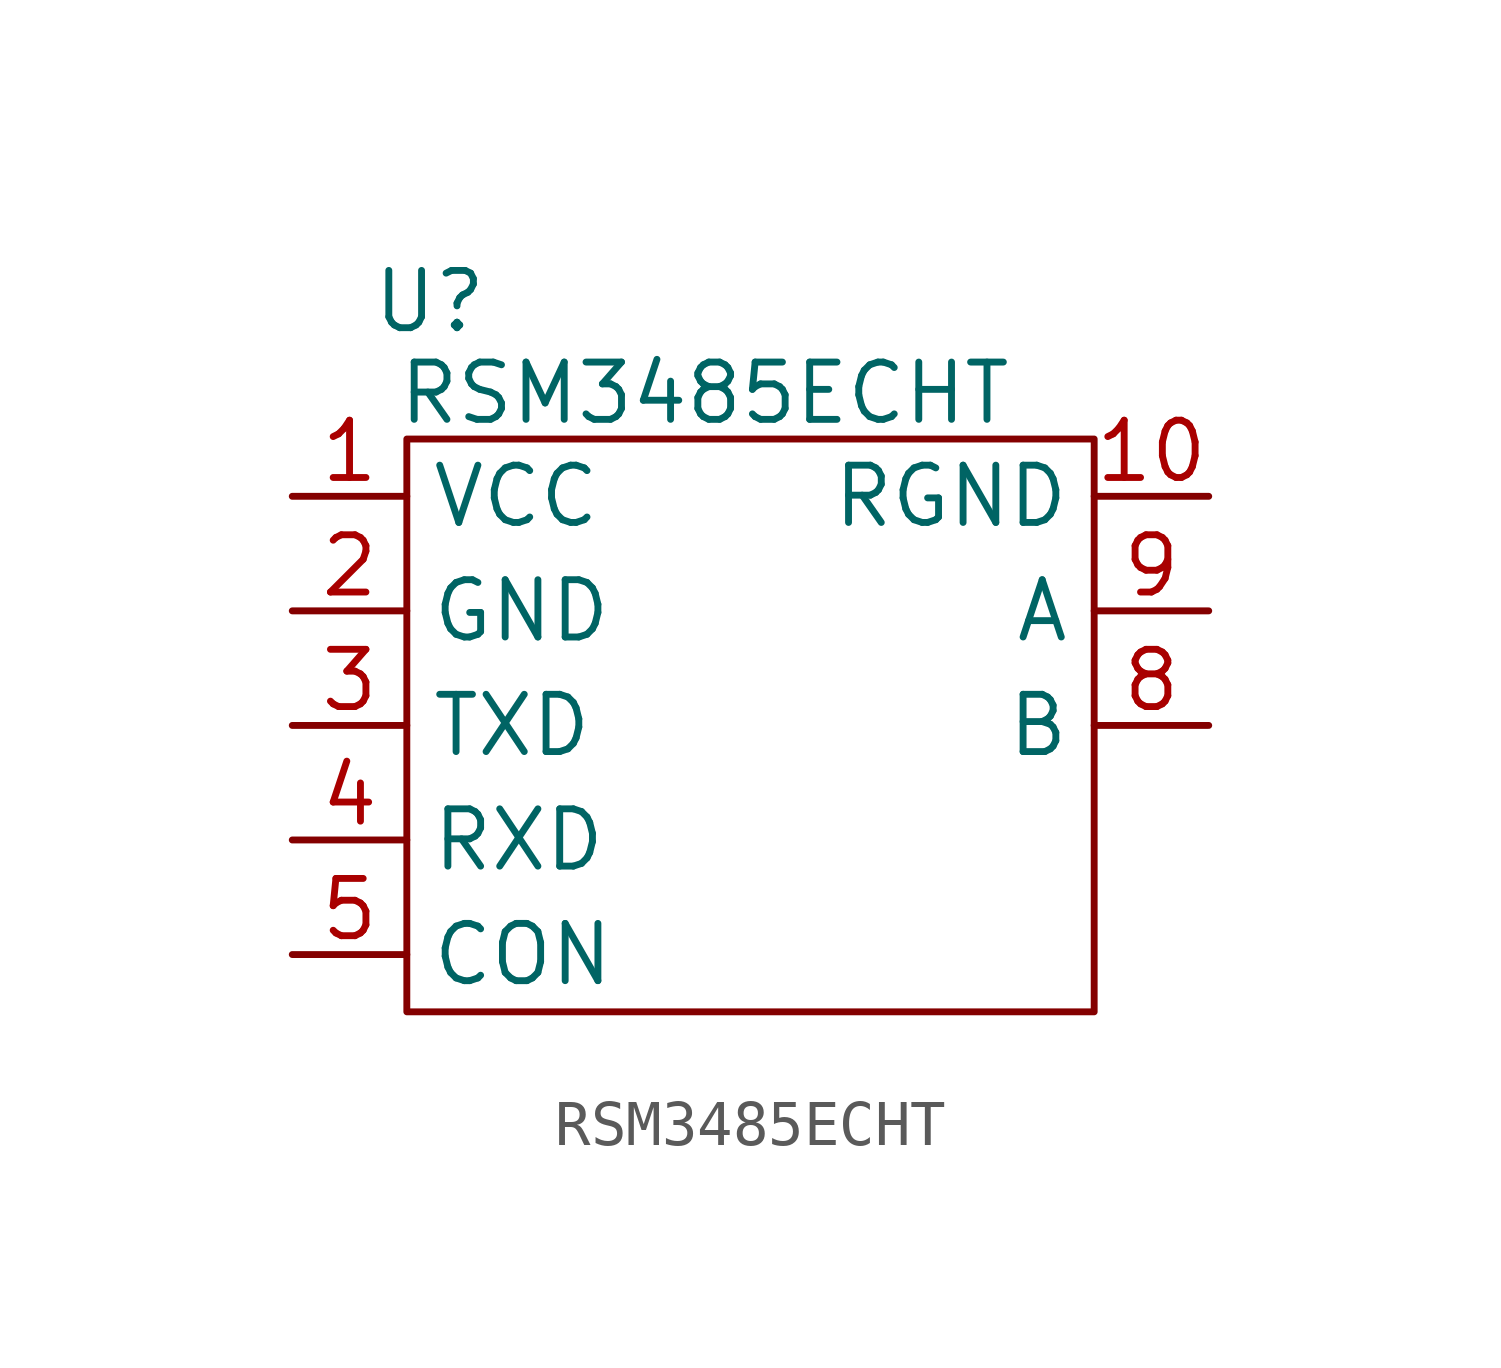
<source format=kicad_sym>
(kicad_symbol_lib
  (version 20241209)
  (generator "kicad_symbol_editor")
  (generator_version "9.0")
  (symbol "RSM3485ECHT"
    (property "Reference" "U"
      (at -7.112 9.398 0)
      (effects (font (size 1.27 1.27))))
    (property "Value" "RSM3485ECHT"
      (at -1.016 7.366 0)
      (effects (font (size 1.27 1.27))))
    (symbol "RSM3485ECHT_0_1"
      (rectangle (start -7.62 6.35) (end 7.62 -6.35) (stroke (width 0) (type default)) (fill (type none))))
    (symbol "RSM3485ECHT_1_1"
      (pin power_in line (at -10.16 5.08 0) (length 2.54) (name "VCC" (effects (font (size 1.27 1.27)))) (number "1" (effects (font (size 1.27 1.27)))))
      (pin power_in line (at -10.16 2.54 0) (length 2.54) (name "GND" (effects (font (size 1.27 1.27)))) (number "2" (effects (font (size 1.27 1.27)))))
      (pin output line (at -10.16 0 0) (length 2.54) (name "TXD" (effects (font (size 1.27 1.27)))) (number "3" (effects (font (size 1.27 1.27)))))
      (pin input line (at -10.16 -2.54 0) (length 2.54) (name "RXD" (effects (font (size 1.27 1.27)))) (number "4" (effects (font (size 1.27 1.27)))))
      (pin input line (at -10.16 -5.08 0) (length 2.54) (name "CON" (effects (font (size 1.27 1.27)))) (number "5" (effects (font (size 1.27 1.27)))))
      (pin input line (at 10.16 5.08 180) (length 2.54) (name "RGND" (effects (font (size 1.27 1.27)))) (number "10" (effects (font (size 1.27 1.27)))))
      (pin input line (at 10.16 2.54 180) (length 2.54) (name "A" (effects (font (size 1.27 1.27)))) (number "9" (effects (font (size 1.27 1.27)))))
      (pin input line (at 10.16 0 180) (length 2.54) (name "B" (effects (font (size 1.27 1.27)))) (number "8" (effects (font (size 1.27 1.27))))))))
</source>
